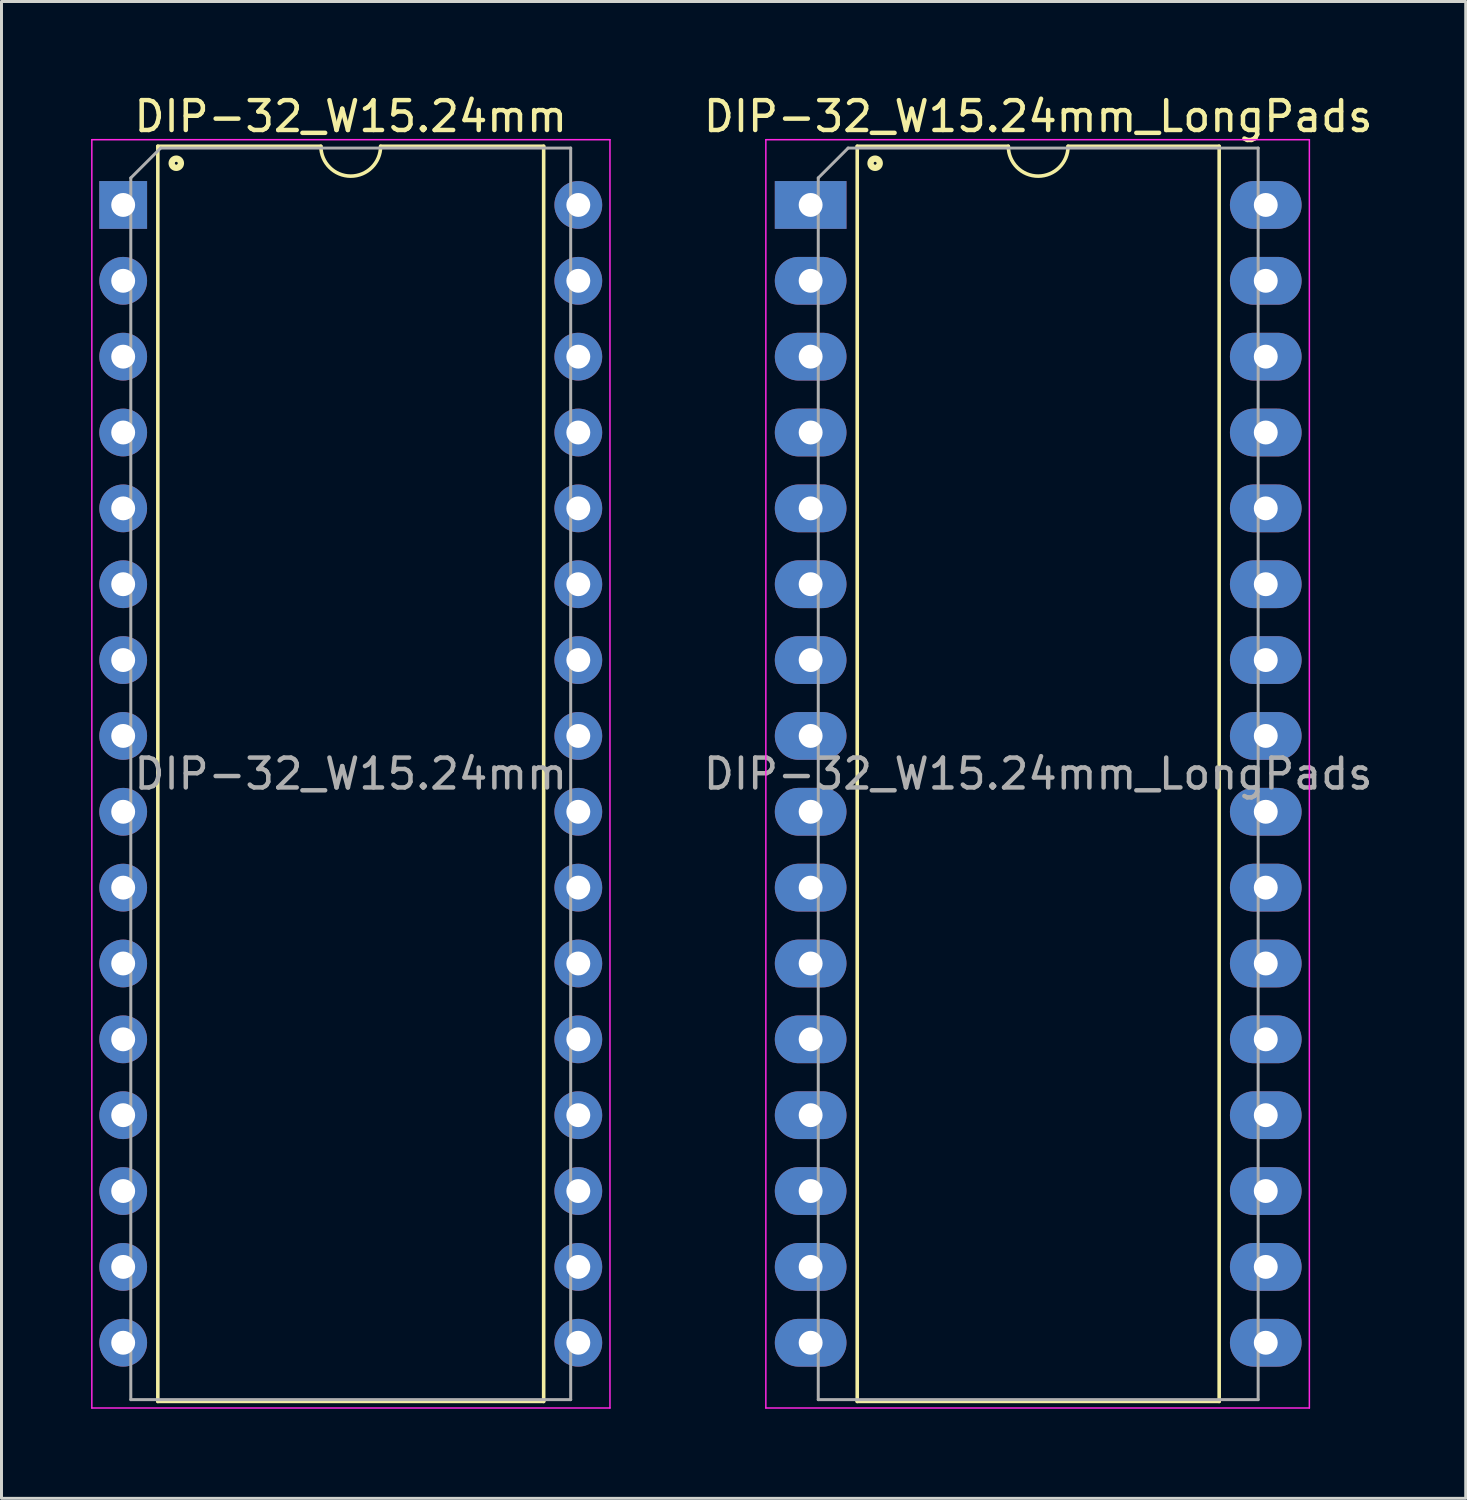
<source format=kicad_pcb>
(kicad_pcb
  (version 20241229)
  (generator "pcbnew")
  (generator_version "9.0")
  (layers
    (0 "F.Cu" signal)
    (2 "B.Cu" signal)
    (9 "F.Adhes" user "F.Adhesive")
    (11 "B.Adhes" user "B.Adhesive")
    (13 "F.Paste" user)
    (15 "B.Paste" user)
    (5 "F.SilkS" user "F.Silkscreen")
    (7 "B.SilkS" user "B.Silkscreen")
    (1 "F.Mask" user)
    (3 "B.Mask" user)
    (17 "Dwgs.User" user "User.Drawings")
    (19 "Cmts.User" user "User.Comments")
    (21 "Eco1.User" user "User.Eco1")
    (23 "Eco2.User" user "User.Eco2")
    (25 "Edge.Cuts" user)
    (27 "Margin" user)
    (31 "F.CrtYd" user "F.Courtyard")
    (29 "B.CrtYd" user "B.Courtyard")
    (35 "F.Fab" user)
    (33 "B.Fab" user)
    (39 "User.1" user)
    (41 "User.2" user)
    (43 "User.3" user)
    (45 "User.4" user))
  (footprint "DIP-32_W15.24mm_LongPads"
    (layer "F.Cu")
    (at 24.095 3.813)
    (property "Reference" "DIP-32_W15.24mm_LongPads" (at 7.62 -2.965 0) (layer "F.SilkS") (effects (font (size 1 1) (thickness 0.15))))
    (attr through_hole)
    (fp_line (start 1.56 -1.965) (end 1.56 40.065) (stroke (width 0.12) (type solid)) (layer "F.SilkS"))
    (fp_line (start 1.56 40.065) (end 13.68 40.065) (stroke (width 0.12) (type solid)) (layer "F.SilkS"))
    (fp_line (start 6.62 -1.965) (end 1.56 -1.965) (stroke (width 0.12) (type solid)) (layer "F.SilkS"))
    (fp_line (start 13.68 -1.965) (end 8.62 -1.965) (stroke (width 0.12) (type solid)) (layer "F.SilkS"))
    (fp_line (start 13.68 40.065) (end 13.68 -1.965) (stroke (width 0.12) (type solid)) (layer "F.SilkS"))
    (fp_arc (start 8.62 -1.965) (mid 7.62 -0.965) (end 6.62 -1.965) (stroke (width 0.12) (type solid)) (layer "F.SilkS"))
    (fp_circle (center 2.159 -1.397) (end 2.209 -1.397) (stroke (width 0.12) (type solid)) (fill no) (layer "F.SilkS"))
    (fp_circle (center 2.159 -1.397) (end 2.284 -1.397) (stroke (width 0.12) (type solid)) (fill no) (layer "F.SilkS"))
    (fp_circle (center 2.159 -1.397) (end 2.359 -1.397) (stroke (width 0.12) (type solid)) (fill no) (layer "F.SilkS"))
    (fp_line (start -1.5 -2.185) (end -1.5 40.285) (stroke (width 0.05) (type solid)) (layer "F.CrtYd"))
    (fp_line (start -1.5 40.285) (end 16.7 40.285) (stroke (width 0.05) (type solid)) (layer "F.CrtYd"))
    (fp_line (start 16.7 -2.185) (end -1.5 -2.185) (stroke (width 0.05) (type solid)) (layer "F.CrtYd"))
    (fp_line (start 16.7 40.285) (end 16.7 -2.185) (stroke (width 0.05) (type solid)) (layer "F.CrtYd"))
    (fp_line (start 0.255 -0.905) (end 1.255 -1.905) (stroke (width 0.1) (type solid)) (layer "F.Fab"))
    (fp_line (start 0.255 40.005) (end 0.255 -0.905) (stroke (width 0.1) (type solid)) (layer "F.Fab"))
    (fp_line (start 1.255 -1.905) (end 14.985 -1.905) (stroke (width 0.1) (type solid)) (layer "F.Fab"))
    (fp_line (start 14.985 -1.905) (end 14.985 40.005) (stroke (width 0.1) (type solid)) (layer "F.Fab"))
    (fp_line (start 14.985 40.005) (end 0.255 40.005) (stroke (width 0.1) (type solid)) (layer "F.Fab"))
    (fp_text user "${REFERENCE}" (at 7.62 19.05 0) (layer "F.Fab") (effects (font (size 1 1) (thickness 0.15))))
    (pad "1" thru_hole rect (at 0 0) (size 2.4 1.6) (drill 0.8) (layers "*.Cu" "*.Mask"))
    (pad "2" thru_hole oval (at 0 2.54) (size 2.4 1.6) (drill 0.8) (layers "*.Cu" "*.Mask"))
    (pad "3" thru_hole oval (at 0 5.08) (size 2.4 1.6) (drill 0.8) (layers "*.Cu" "*.Mask"))
    (pad "4" thru_hole oval (at 0 7.62) (size 2.4 1.6) (drill 0.8) (layers "*.Cu" "*.Mask"))
    (pad "5" thru_hole oval (at 0 10.16) (size 2.4 1.6) (drill 0.8) (layers "*.Cu" "*.Mask"))
    (pad "6" thru_hole oval (at 0 12.7) (size 2.4 1.6) (drill 0.8) (layers "*.Cu" "*.Mask"))
    (pad "7" thru_hole oval (at 0 15.24) (size 2.4 1.6) (drill 0.8) (layers "*.Cu" "*.Mask"))
    (pad "8" thru_hole oval (at 0 17.78) (size 2.4 1.6) (drill 0.8) (layers "*.Cu" "*.Mask"))
    (pad "9" thru_hole oval (at 0 20.32) (size 2.4 1.6) (drill 0.8) (layers "*.Cu" "*.Mask"))
    (pad "10" thru_hole oval (at 0 22.86) (size 2.4 1.6) (drill 0.8) (layers "*.Cu" "*.Mask"))
    (pad "11" thru_hole oval (at 0 25.4) (size 2.4 1.6) (drill 0.8) (layers "*.Cu" "*.Mask"))
    (pad "12" thru_hole oval (at 0 27.94) (size 2.4 1.6) (drill 0.8) (layers "*.Cu" "*.Mask"))
    (pad "13" thru_hole oval (at 0 30.48) (size 2.4 1.6) (drill 0.8) (layers "*.Cu" "*.Mask"))
    (pad "14" thru_hole oval (at 0 33.02) (size 2.4 1.6) (drill 0.8) (layers "*.Cu" "*.Mask"))
    (pad "15" thru_hole oval (at 0 35.56) (size 2.4 1.6) (drill 0.8) (layers "*.Cu" "*.Mask"))
    (pad "16" thru_hole oval (at 0 38.1) (size 2.4 1.6) (drill 0.8) (layers "*.Cu" "*.Mask"))
    (pad "17" thru_hole oval (at 15.24 38.1) (size 2.4 1.6) (drill 0.8) (layers "*.Cu" "*.Mask"))
    (pad "18" thru_hole oval (at 15.24 35.56) (size 2.4 1.6) (drill 0.8) (layers "*.Cu" "*.Mask"))
    (pad "19" thru_hole oval (at 15.24 33.02) (size 2.4 1.6) (drill 0.8) (layers "*.Cu" "*.Mask"))
    (pad "20" thru_hole oval (at 15.24 30.48) (size 2.4 1.6) (drill 0.8) (layers "*.Cu" "*.Mask"))
    (pad "21" thru_hole oval (at 15.24 27.94) (size 2.4 1.6) (drill 0.8) (layers "*.Cu" "*.Mask"))
    (pad "22" thru_hole oval (at 15.24 25.4) (size 2.4 1.6) (drill 0.8) (layers "*.Cu" "*.Mask"))
    (pad "23" thru_hole oval (at 15.24 22.86) (size 2.4 1.6) (drill 0.8) (layers "*.Cu" "*.Mask"))
    (pad "24" thru_hole oval (at 15.24 20.32) (size 2.4 1.6) (drill 0.8) (layers "*.Cu" "*.Mask"))
    (pad "25" thru_hole oval (at 15.24 17.78) (size 2.4 1.6) (drill 0.8) (layers "*.Cu" "*.Mask"))
    (pad "26" thru_hole oval (at 15.24 15.24) (size 2.4 1.6) (drill 0.8) (layers "*.Cu" "*.Mask"))
    (pad "27" thru_hole oval (at 15.24 12.7) (size 2.4 1.6) (drill 0.8) (layers "*.Cu" "*.Mask"))
    (pad "28" thru_hole oval (at 15.24 10.16) (size 2.4 1.6) (drill 0.8) (layers "*.Cu" "*.Mask"))
    (pad "29" thru_hole oval (at 15.24 7.62) (size 2.4 1.6) (drill 0.8) (layers "*.Cu" "*.Mask"))
    (pad "30" thru_hole oval (at 15.24 5.08) (size 2.4 1.6) (drill 0.8) (layers "*.Cu" "*.Mask"))
    (pad "31" thru_hole oval (at 15.24 2.54) (size 2.4 1.6) (drill 0.8) (layers "*.Cu" "*.Mask"))
    (pad "32" thru_hole oval (at 15.24 0) (size 2.4 1.6) (drill 0.8) (layers "*.Cu" "*.Mask")))
  (footprint "DIP-32_W15.24mm"
    (layer "F.Cu")
    (at 1.075 3.813)
    (property "Reference" "DIP-32_W15.24mm" (at 7.62 -2.965 0) (layer "F.SilkS") (effects (font (size 1 1) (thickness 0.15))))
    (attr through_hole)
    (fp_line (start 1.16 -1.965) (end 1.16 40.065) (stroke (width 0.12) (type solid)) (layer "F.SilkS"))
    (fp_line (start 1.16 40.065) (end 14.08 40.065) (stroke (width 0.12) (type solid)) (layer "F.SilkS"))
    (fp_line (start 6.62 -1.965) (end 1.16 -1.965) (stroke (width 0.12) (type solid)) (layer "F.SilkS"))
    (fp_line (start 14.08 -1.965) (end 8.62 -1.965) (stroke (width 0.12) (type solid)) (layer "F.SilkS"))
    (fp_line (start 14.08 40.065) (end 14.08 -1.965) (stroke (width 0.12) (type solid)) (layer "F.SilkS"))
    (fp_arc (start 8.62 -1.965) (mid 7.62 -0.965) (end 6.62 -1.965) (stroke (width 0.12) (type solid)) (layer "F.SilkS"))
    (fp_circle (center 1.778 -1.397) (end 1.828 -1.397) (stroke (width 0.12) (type solid)) (fill no) (layer "F.SilkS"))
    (fp_circle (center 1.778 -1.397) (end 1.903 -1.397) (stroke (width 0.12) (type solid)) (fill no) (layer "F.SilkS"))
    (fp_circle (center 1.778 -1.397) (end 1.978 -1.397) (stroke (width 0.12) (type solid)) (fill no) (layer "F.SilkS"))
    (fp_line (start -1.05 -2.185) (end -1.05 40.285) (stroke (width 0.05) (type solid)) (layer "F.CrtYd"))
    (fp_line (start -1.05 40.285) (end 16.3 40.285) (stroke (width 0.05) (type solid)) (layer "F.CrtYd"))
    (fp_line (start 16.3 -2.185) (end -1.05 -2.185) (stroke (width 0.05) (type solid)) (layer "F.CrtYd"))
    (fp_line (start 16.3 40.285) (end 16.3 -2.185) (stroke (width 0.05) (type solid)) (layer "F.CrtYd"))
    (fp_line (start 0.255 -0.905) (end 1.255 -1.905) (stroke (width 0.1) (type solid)) (layer "F.Fab"))
    (fp_line (start 0.255 40.005) (end 0.255 -0.905) (stroke (width 0.1) (type solid)) (layer "F.Fab"))
    (fp_line (start 1.255 -1.905) (end 14.985 -1.905) (stroke (width 0.1) (type solid)) (layer "F.Fab"))
    (fp_line (start 14.985 -1.905) (end 14.985 40.005) (stroke (width 0.1) (type solid)) (layer "F.Fab"))
    (fp_line (start 14.985 40.005) (end 0.255 40.005) (stroke (width 0.1) (type solid)) (layer "F.Fab"))
    (fp_text user "${REFERENCE}" (at 7.62 19.05 0) (layer "F.Fab") (effects (font (size 1 1) (thickness 0.15))))
    (pad "1" thru_hole rect (at 0 0) (size 1.6 1.6) (drill 0.8) (layers "*.Cu" "*.Mask"))
    (pad "2" thru_hole oval (at 0 2.54) (size 1.6 1.6) (drill 0.8) (layers "*.Cu" "*.Mask"))
    (pad "3" thru_hole oval (at 0 5.08) (size 1.6 1.6) (drill 0.8) (layers "*.Cu" "*.Mask"))
    (pad "4" thru_hole oval (at 0 7.62) (size 1.6 1.6) (drill 0.8) (layers "*.Cu" "*.Mask"))
    (pad "5" thru_hole oval (at 0 10.16) (size 1.6 1.6) (drill 0.8) (layers "*.Cu" "*.Mask"))
    (pad "6" thru_hole oval (at 0 12.7) (size 1.6 1.6) (drill 0.8) (layers "*.Cu" "*.Mask"))
    (pad "7" thru_hole oval (at 0 15.24) (size 1.6 1.6) (drill 0.8) (layers "*.Cu" "*.Mask"))
    (pad "8" thru_hole oval (at 0 17.78) (size 1.6 1.6) (drill 0.8) (layers "*.Cu" "*.Mask"))
    (pad "9" thru_hole oval (at 0 20.32) (size 1.6 1.6) (drill 0.8) (layers "*.Cu" "*.Mask"))
    (pad "10" thru_hole oval (at 0 22.86) (size 1.6 1.6) (drill 0.8) (layers "*.Cu" "*.Mask"))
    (pad "11" thru_hole oval (at 0 25.4) (size 1.6 1.6) (drill 0.8) (layers "*.Cu" "*.Mask"))
    (pad "12" thru_hole oval (at 0 27.94) (size 1.6 1.6) (drill 0.8) (layers "*.Cu" "*.Mask"))
    (pad "13" thru_hole oval (at 0 30.48) (size 1.6 1.6) (drill 0.8) (layers "*.Cu" "*.Mask"))
    (pad "14" thru_hole oval (at 0 33.02) (size 1.6 1.6) (drill 0.8) (layers "*.Cu" "*.Mask"))
    (pad "15" thru_hole oval (at 0 35.56) (size 1.6 1.6) (drill 0.8) (layers "*.Cu" "*.Mask"))
    (pad "16" thru_hole oval (at 0 38.1) (size 1.6 1.6) (drill 0.8) (layers "*.Cu" "*.Mask"))
    (pad "17" thru_hole oval (at 15.24 38.1) (size 1.6 1.6) (drill 0.8) (layers "*.Cu" "*.Mask"))
    (pad "18" thru_hole oval (at 15.24 35.56) (size 1.6 1.6) (drill 0.8) (layers "*.Cu" "*.Mask"))
    (pad "19" thru_hole oval (at 15.24 33.02) (size 1.6 1.6) (drill 0.8) (layers "*.Cu" "*.Mask"))
    (pad "20" thru_hole oval (at 15.24 30.48) (size 1.6 1.6) (drill 0.8) (layers "*.Cu" "*.Mask"))
    (pad "21" thru_hole oval (at 15.24 27.94) (size 1.6 1.6) (drill 0.8) (layers "*.Cu" "*.Mask"))
    (pad "22" thru_hole oval (at 15.24 25.4) (size 1.6 1.6) (drill 0.8) (layers "*.Cu" "*.Mask"))
    (pad "23" thru_hole oval (at 15.24 22.86) (size 1.6 1.6) (drill 0.8) (layers "*.Cu" "*.Mask"))
    (pad "24" thru_hole oval (at 15.24 20.32) (size 1.6 1.6) (drill 0.8) (layers "*.Cu" "*.Mask"))
    (pad "25" thru_hole oval (at 15.24 17.78) (size 1.6 1.6) (drill 0.8) (layers "*.Cu" "*.Mask"))
    (pad "26" thru_hole oval (at 15.24 15.24) (size 1.6 1.6) (drill 0.8) (layers "*.Cu" "*.Mask"))
    (pad "27" thru_hole oval (at 15.24 12.7) (size 1.6 1.6) (drill 0.8) (layers "*.Cu" "*.Mask"))
    (pad "28" thru_hole oval (at 15.24 10.16) (size 1.6 1.6) (drill 0.8) (layers "*.Cu" "*.Mask"))
    (pad "29" thru_hole oval (at 15.24 7.62) (size 1.6 1.6) (drill 0.8) (layers "*.Cu" "*.Mask"))
    (pad "30" thru_hole oval (at 15.24 5.08) (size 1.6 1.6) (drill 0.8) (layers "*.Cu" "*.Mask"))
    (pad "31" thru_hole oval (at 15.24 2.54) (size 1.6 1.6) (drill 0.8) (layers "*.Cu" "*.Mask"))
    (pad "32" thru_hole oval (at 15.24 0) (size 1.6 1.6) (drill 0.8) (layers "*.Cu" "*.Mask")))
  (gr_rect
    (start -3 -3)
    (end 46.031 47.123)
    (stroke (width 0.1) (type default))
    (fill no)
    (layer "Edge.Cuts")))
</source>
